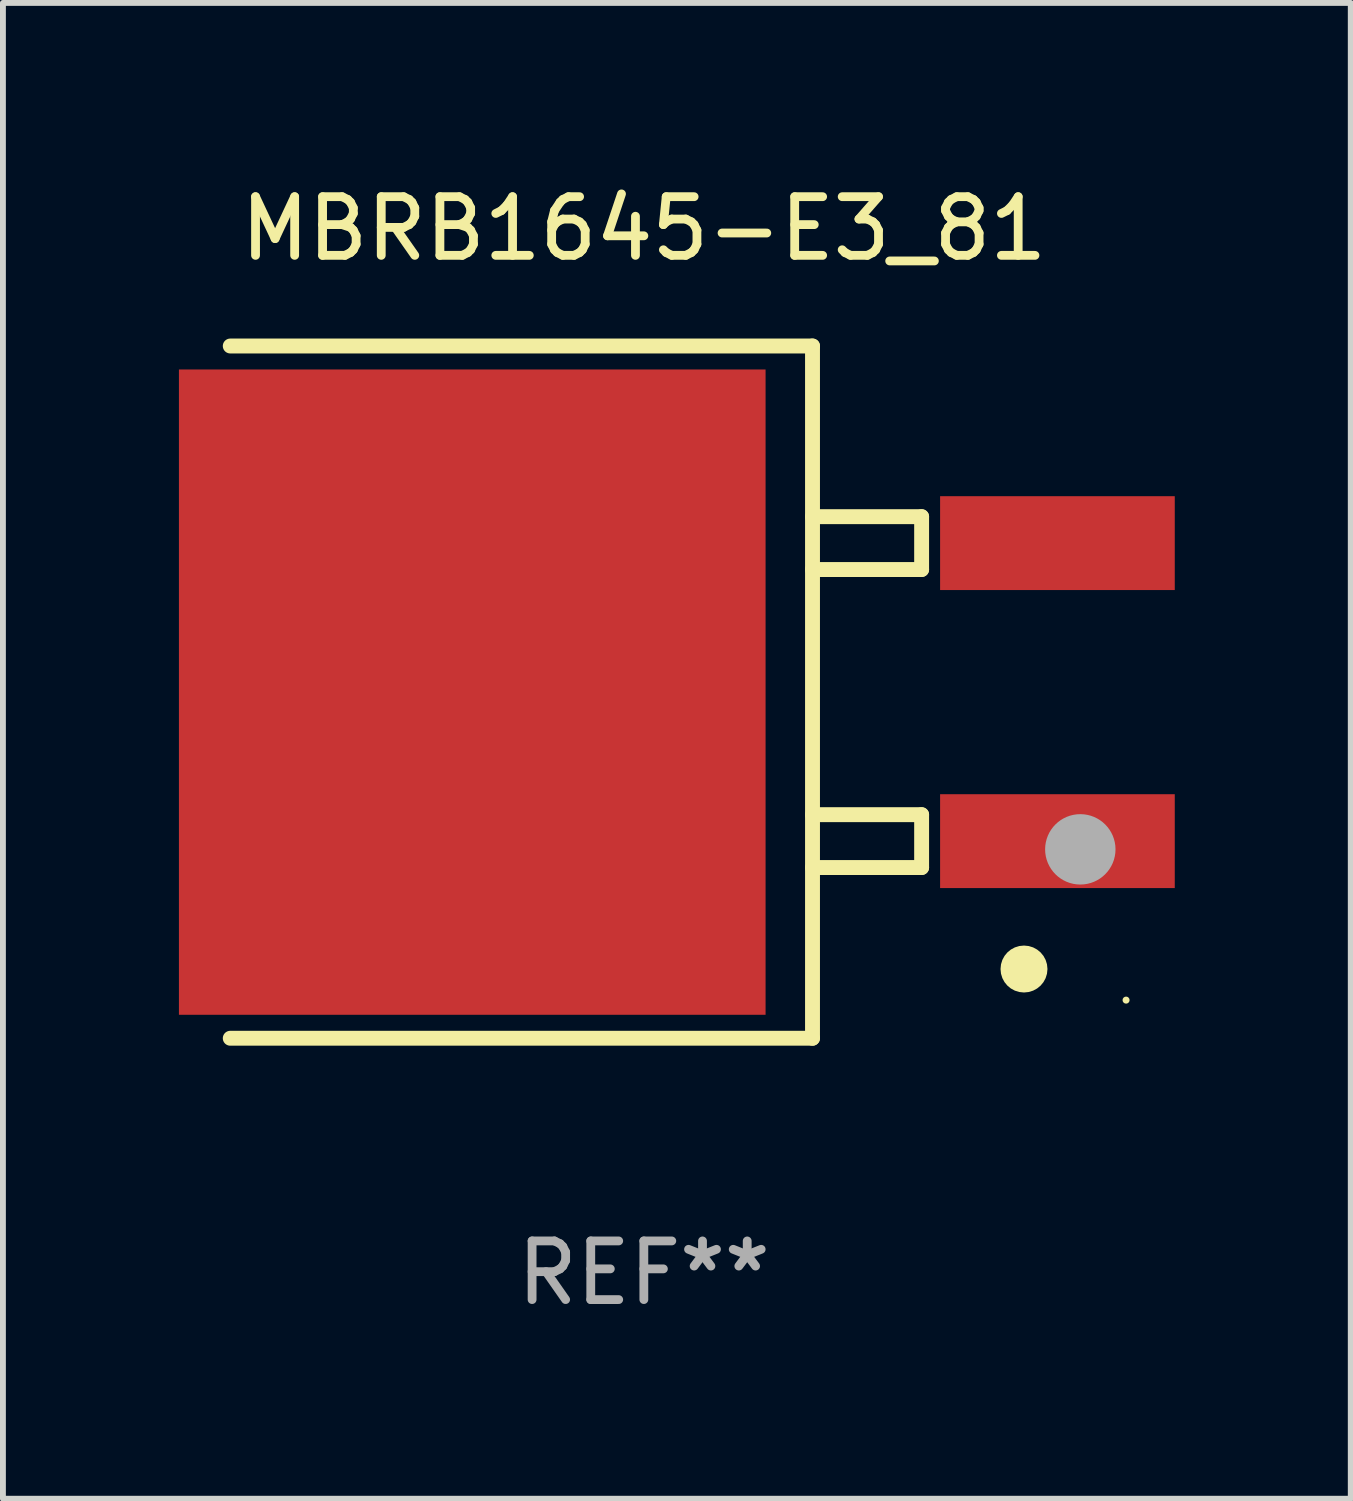
<source format=kicad_pcb>
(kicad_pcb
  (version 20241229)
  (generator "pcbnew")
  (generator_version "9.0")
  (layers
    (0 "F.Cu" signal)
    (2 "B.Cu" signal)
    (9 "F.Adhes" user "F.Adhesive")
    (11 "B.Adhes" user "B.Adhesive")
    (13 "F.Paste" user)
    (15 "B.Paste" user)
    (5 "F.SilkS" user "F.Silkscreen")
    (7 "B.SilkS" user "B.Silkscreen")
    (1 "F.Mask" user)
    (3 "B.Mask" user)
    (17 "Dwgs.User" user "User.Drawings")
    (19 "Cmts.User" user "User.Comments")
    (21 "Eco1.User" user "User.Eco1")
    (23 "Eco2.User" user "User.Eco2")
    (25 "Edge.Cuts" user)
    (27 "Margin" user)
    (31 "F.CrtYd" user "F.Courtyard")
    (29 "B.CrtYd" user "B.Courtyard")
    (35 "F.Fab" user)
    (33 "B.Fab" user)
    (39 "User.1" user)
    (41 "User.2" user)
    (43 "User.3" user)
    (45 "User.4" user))
  (footprint "MBRB1645-E3_81"
    (layer "F.Cu")
    (at 7.925 8.748)
    (property "Reference" "MBRB1645-E3_81" (at 0 -7.9 0) (layer "F.SilkS") (effects (font (size 1 1) (thickness 0.15))))
    (attr through_hole)
    (fp_line (start -7.05 5.9) (end 2.875 5.9) (stroke (width 0.254) (type solid)) (layer "F.SilkS"))
    (fp_line (start 2.875 -5.9) (end -7.05 -5.9) (stroke (width 0.254) (type solid)) (layer "F.SilkS"))
    (fp_line (start 2.875 -5.9) (end 2.875 5.9) (stroke (width 0.254) (type solid)) (layer "F.SilkS"))
    (fp_line (start 2.875 -2.991) (end 4.735 -2.991) (stroke (width 0.254) (type solid)) (layer "F.SilkS"))
    (fp_line (start 2.875 2.089) (end 4.735 2.089) (stroke (width 0.254) (type solid)) (layer "F.SilkS"))
    (fp_line (start 4.735 -2.991) (end 4.735 -2.09) (stroke (width 0.254) (type solid)) (layer "F.SilkS"))
    (fp_line (start 4.735 -2.09) (end 2.875 -2.09) (stroke (width 0.254) (type solid)) (layer "F.SilkS"))
    (fp_line (start 4.735 2.089) (end 4.735 2.99) (stroke (width 0.254) (type solid)) (layer "F.SilkS"))
    (fp_line (start 4.735 2.99) (end 2.875 2.99) (stroke (width 0.254) (type solid)) (layer "F.SilkS"))
    (fp_circle (center 6.48 4.72) (end 6.68 4.72) (stroke (width 0.4) (type solid)) (fill no) (layer "F.SilkS"))
    (fp_circle (center 8.22 5.25) (end 8.25 5.25) (stroke (width 0.06) (type solid)) (fill no) (layer "F.SilkS"))
    (fp_circle (center 7.44 2.68) (end 7.74 2.68) (stroke (width 0.6) (type solid)) (fill no) (layer "F.Fab"))
    (fp_text user "REF**" (at 0 9.9 0) (layer "F.Fab") (effects (font (size 1 1) (thickness 0.15))))
    (pad "1" smd rect (at 7.05 2.54) (size 4 1.6) (layers "F.Cu" "F.Mask" "F.Paste"))
    (pad "2" smd rect (at 7.05 -2.54) (size 4 1.6) (layers "F.Cu" "F.Mask" "F.Paste"))
    (pad "3" smd rect (at -2.925 0.000102) (size 10 11) (layers "F.Cu" "F.Mask" "F.Paste")))
  (gr_rect
    (start -3 -3)
    (end 19.975 22.497)
    (stroke (width 0.1) (type default))
    (fill no)
    (layer "Edge.Cuts")))
</source>
